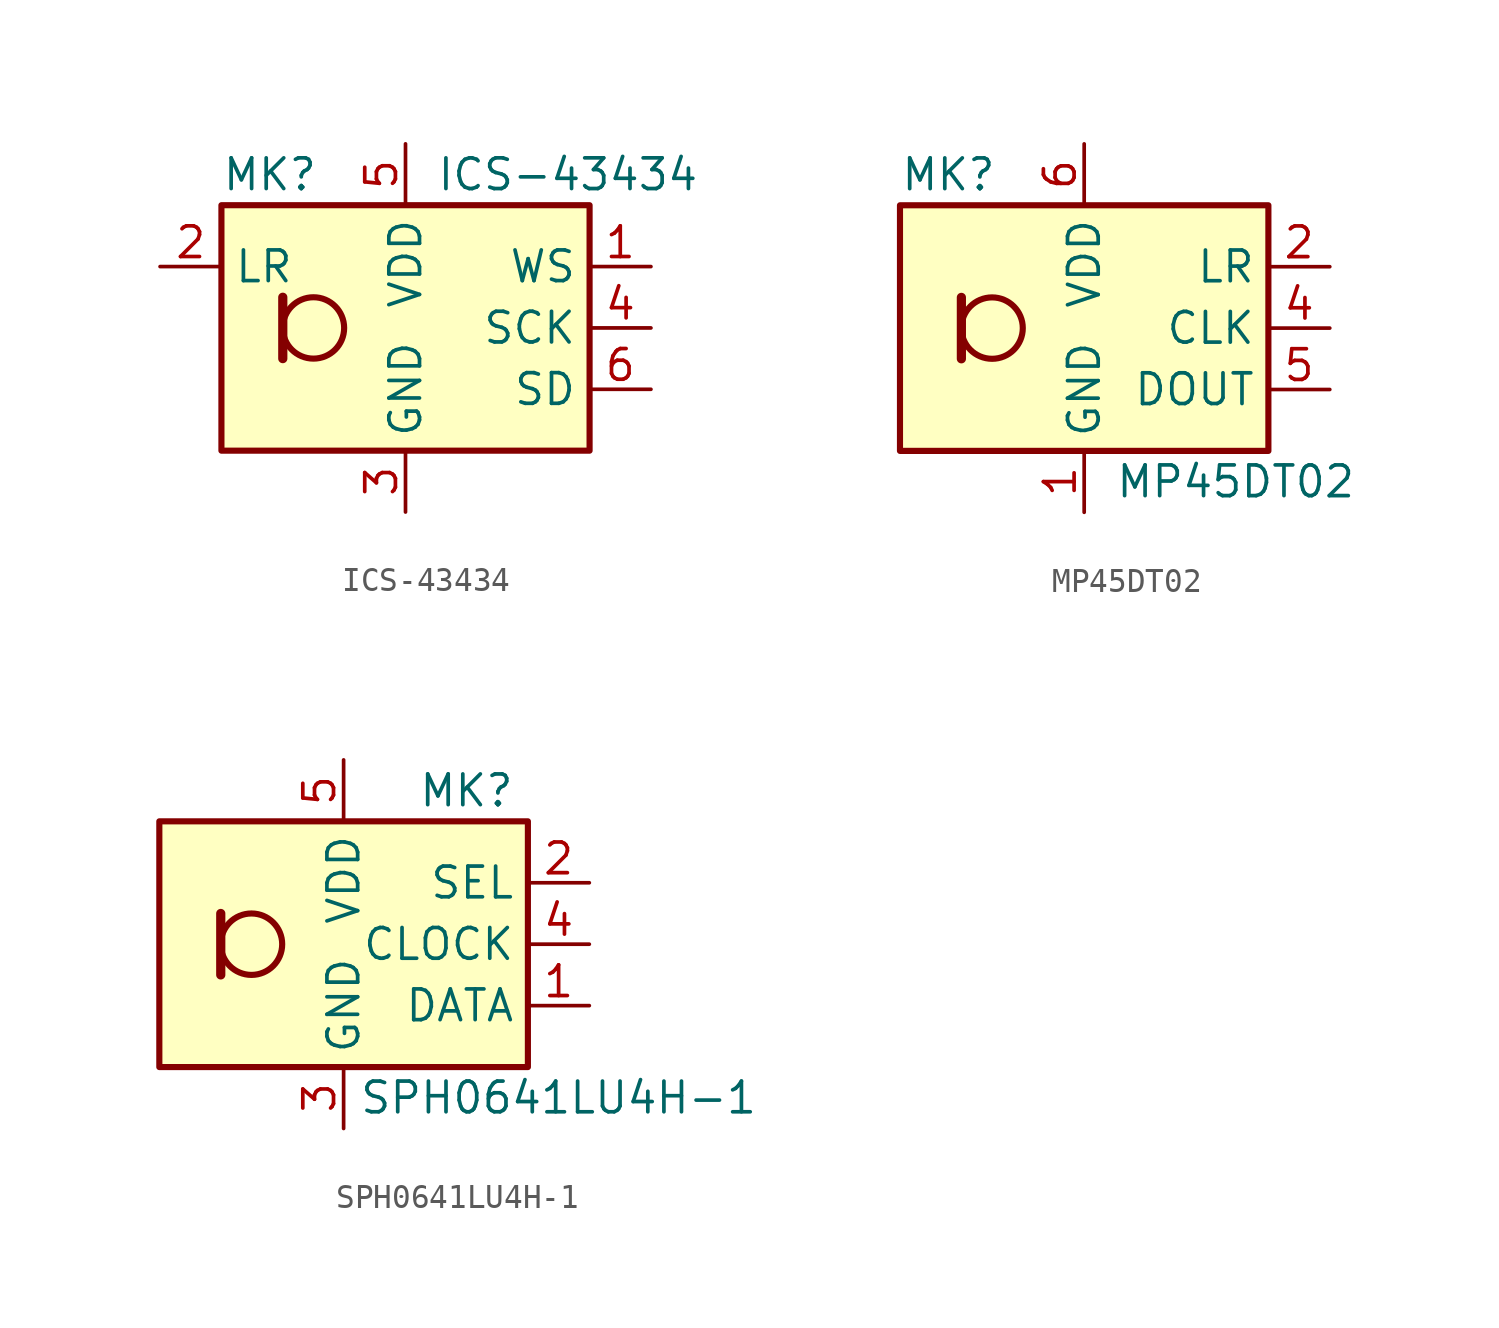
<source format=kicad_sym>
(kicad_symbol_lib
  (version 20241209)
  (generator "kicad_symbol_editor")
  (generator_version "9.0")
  (symbol "ICS-43434"
    (property "Reference" "MK"
      (at -7.62 6.35 0)
      (effects (font (size 1.27 1.27)) (justify left)))
    (property "Value" "ICS-43434"
      (at 1.27 6.35 0)
      (effects (font (size 1.27 1.27)) (justify left)))
    (symbol "ICS-43434_1_1"
      (rectangle (start -7.62 5.08) (end 7.62 -5.08) (stroke (width 0.254) (type default)) (fill (type background)))
      (polyline (pts (xy -5.08 1.27) (xy -5.08 -1.27)) (stroke (width 0.381) (type default)) (fill (type none)))
      (circle (center -3.81 0) (radius 1.27) (stroke (width 0.254) (type default)) (fill (type none)))
      (pin input line (at -10.16 2.54 0) (length 2.54) (name "LR" (effects (font (size 1.27 1.27)))) (number "2" (effects (font (size 1.27 1.27)))))
      (pin power_in line (at 0 7.62 270) (length 2.54) (name "VDD" (effects (font (size 1.27 1.27)))) (number "5" (effects (font (size 1.27 1.27)))))
      (pin power_in line (at 0 -7.62 90) (length 2.54) (name "GND" (effects (font (size 1.27 1.27)))) (number "3" (effects (font (size 1.27 1.27)))))
      (pin input line (at 10.16 2.54 180) (length 2.54) (name "WS" (effects (font (size 1.27 1.27)))) (number "1" (effects (font (size 1.27 1.27)))))
      (pin input line (at 10.16 0 180) (length 2.54) (name "SCK" (effects (font (size 1.27 1.27)))) (number "4" (effects (font (size 1.27 1.27)))))
      (pin output line (at 10.16 -2.54 180) (length 2.54) (name "SD" (effects (font (size 1.27 1.27)))) (number "6" (effects (font (size 1.27 1.27)))))))
  (symbol "MP45DT02"
    (property "Reference" "MK"
      (at -7.62 6.35 0)
      (effects (font (size 1.27 1.27)) (justify left)))
    (property "Value" "MP45DT02"
      (at 1.27 -6.35 0)
      (effects (font (size 1.27 1.27)) (justify left)))
    (symbol "MP45DT02_0_1"
      (rectangle (start -7.62 5.08) (end 7.62 -5.08) (stroke (width 0.254) (type default)) (fill (type background)))
      (polyline (pts (xy -5.08 1.27) (xy -5.08 -1.27)) (stroke (width 0.381) (type default)) (fill (type none)))
      (circle (center -3.81 0) (radius 1.27) (stroke (width 0.254) (type default)) (fill (type none))))
    (symbol "MP45DT02_1_1"
      (pin power_in line (at 0 7.62 270) (length 2.54) (name "VDD" (effects (font (size 1.27 1.27)))) (number "6" (effects (font (size 1.27 1.27)))))
      (pin power_in line (at 0 -7.62 90) (length 2.54) (name "GND" (effects (font (size 1.27 1.27)))) (number "1" (effects (font (size 1.27 1.27)))))
      (pin passive line (at 0 -7.62 90) (length 2.54) (hide yes) (name "GND" (effects (font (size 1.27 1.27)))) (number "3" (effects (font (size 1.27 1.27)))))
      (pin input line (at 10.16 2.54 180) (length 2.54) (name "LR" (effects (font (size 1.27 1.27)))) (number "2" (effects (font (size 1.27 1.27)))))
      (pin input line (at 10.16 0 180) (length 2.54) (name "CLK" (effects (font (size 1.27 1.27)))) (number "4" (effects (font (size 1.27 1.27)))))
      (pin output line (at 10.16 -2.54 180) (length 2.54) (name "DOUT" (effects (font (size 1.27 1.27)))) (number "5" (effects (font (size 1.27 1.27)))))))
  (symbol "SPH0641LU4H-1"
    (property "Reference" "MK"
      (at 5.08 6.35 0)
      (effects (font (size 1.27 1.27))))
    (property "Value" "SPH0641LU4H-1"
      (at 8.89 -6.35 0)
      (effects (font (size 1.27 1.27))))
    (symbol "SPH0641LU4H-1_1_1"
      (rectangle (start -7.62 5.08) (end 7.62 -5.08) (stroke (width 0.254) (type default)) (fill (type background)))
      (polyline (pts (xy -5.08 1.27) (xy -5.08 -1.27)) (stroke (width 0.381) (type default)) (fill (type none)))
      (circle (center -3.81 0) (radius 1.27) (stroke (width 0.254) (type default)) (fill (type none)))
      (pin power_in line (at 0 7.62 270) (length 2.54) (name "VDD" (effects (font (size 1.27 1.27)))) (number "5" (effects (font (size 1.27 1.27)))))
      (pin power_in line (at 0 -7.62 90) (length 2.54) (name "GND" (effects (font (size 1.27 1.27)))) (number "3" (effects (font (size 1.27 1.27)))))
      (pin input line (at 10.16 2.54 180) (length 2.54) (name "SEL" (effects (font (size 1.27 1.27)))) (number "2" (effects (font (size 1.27 1.27)))))
      (pin input line (at 10.16 0 180) (length 2.54) (name "CLOCK" (effects (font (size 1.27 1.27)))) (number "4" (effects (font (size 1.27 1.27)))))
      (pin output line (at 10.16 -2.54 180) (length 2.54) (name "DATA" (effects (font (size 1.27 1.27)))) (number "1" (effects (font (size 1.27 1.27))))))))
</source>
